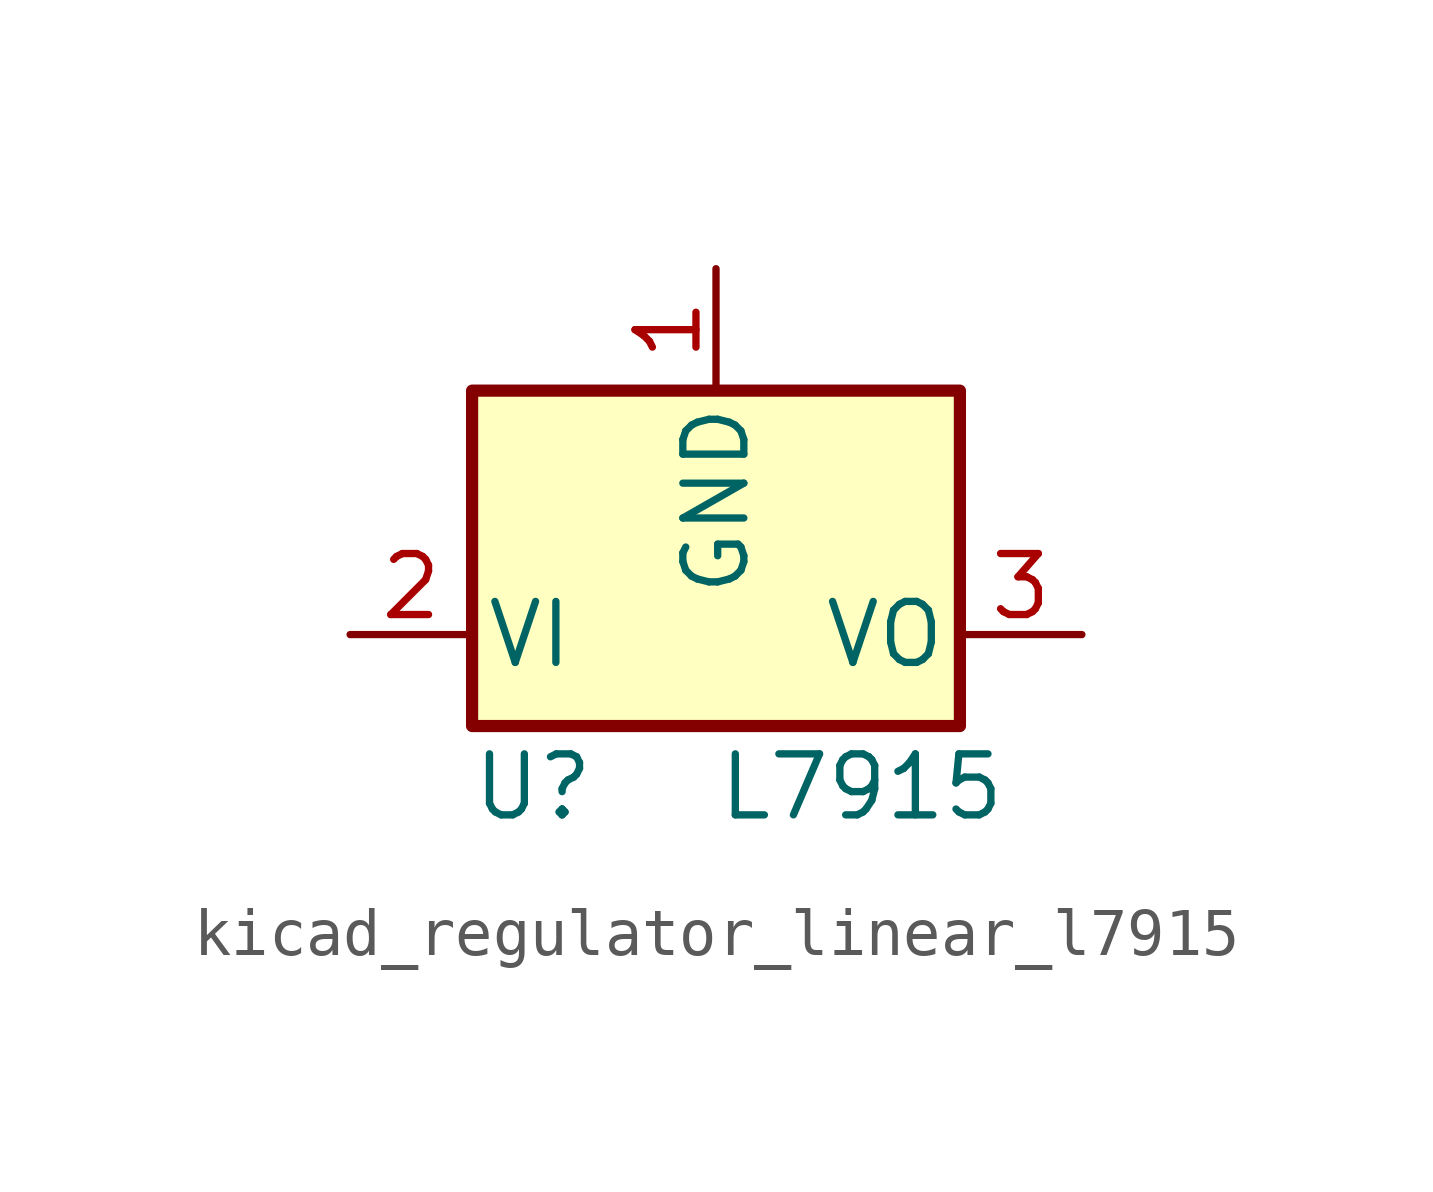
<source format=kicad_sym>
(kicad_symbol_lib
  (version 20220914)
  (generator kicad_symbol_editor)
  (symbol "kicad_regulator_linear_l7915"
    (pin_names
      (offset 0.254))
    (property "Reference" "U"
      (at -3.81 -3.175 0)
      (effects (font (size 1.27 1.27))))
    (property "Value" "L7915"
      (at 0 -3.175 0)
      (effects (font (size 1.27 1.27)) (justify left)))
    (symbol "kicad_regulator_linear_l7915_0_1"
      (rectangle (start -5.08 5.08) (end 5.08 -1.905) (stroke (width 0.254) (type default)) (fill (type background))))
    (symbol "kicad_regulator_linear_l7915_1_1"
      (pin power_in line (at 0 7.62 270) (length 2.54) (name "GND" (effects (font (size 1.27 1.27)))) (number "1" (effects (font (size 1.27 1.27)))))
      (pin power_in line (at -7.62 0 0) (length 2.54) (name "VI" (effects (font (size 1.27 1.27)))) (number "2" (effects (font (size 1.27 1.27)))))
      (pin power_out line (at 7.62 0 180) (length 2.54) (name "VO" (effects (font (size 1.27 1.27)))) (number "3" (effects (font (size 1.27 1.27))))))))
</source>
